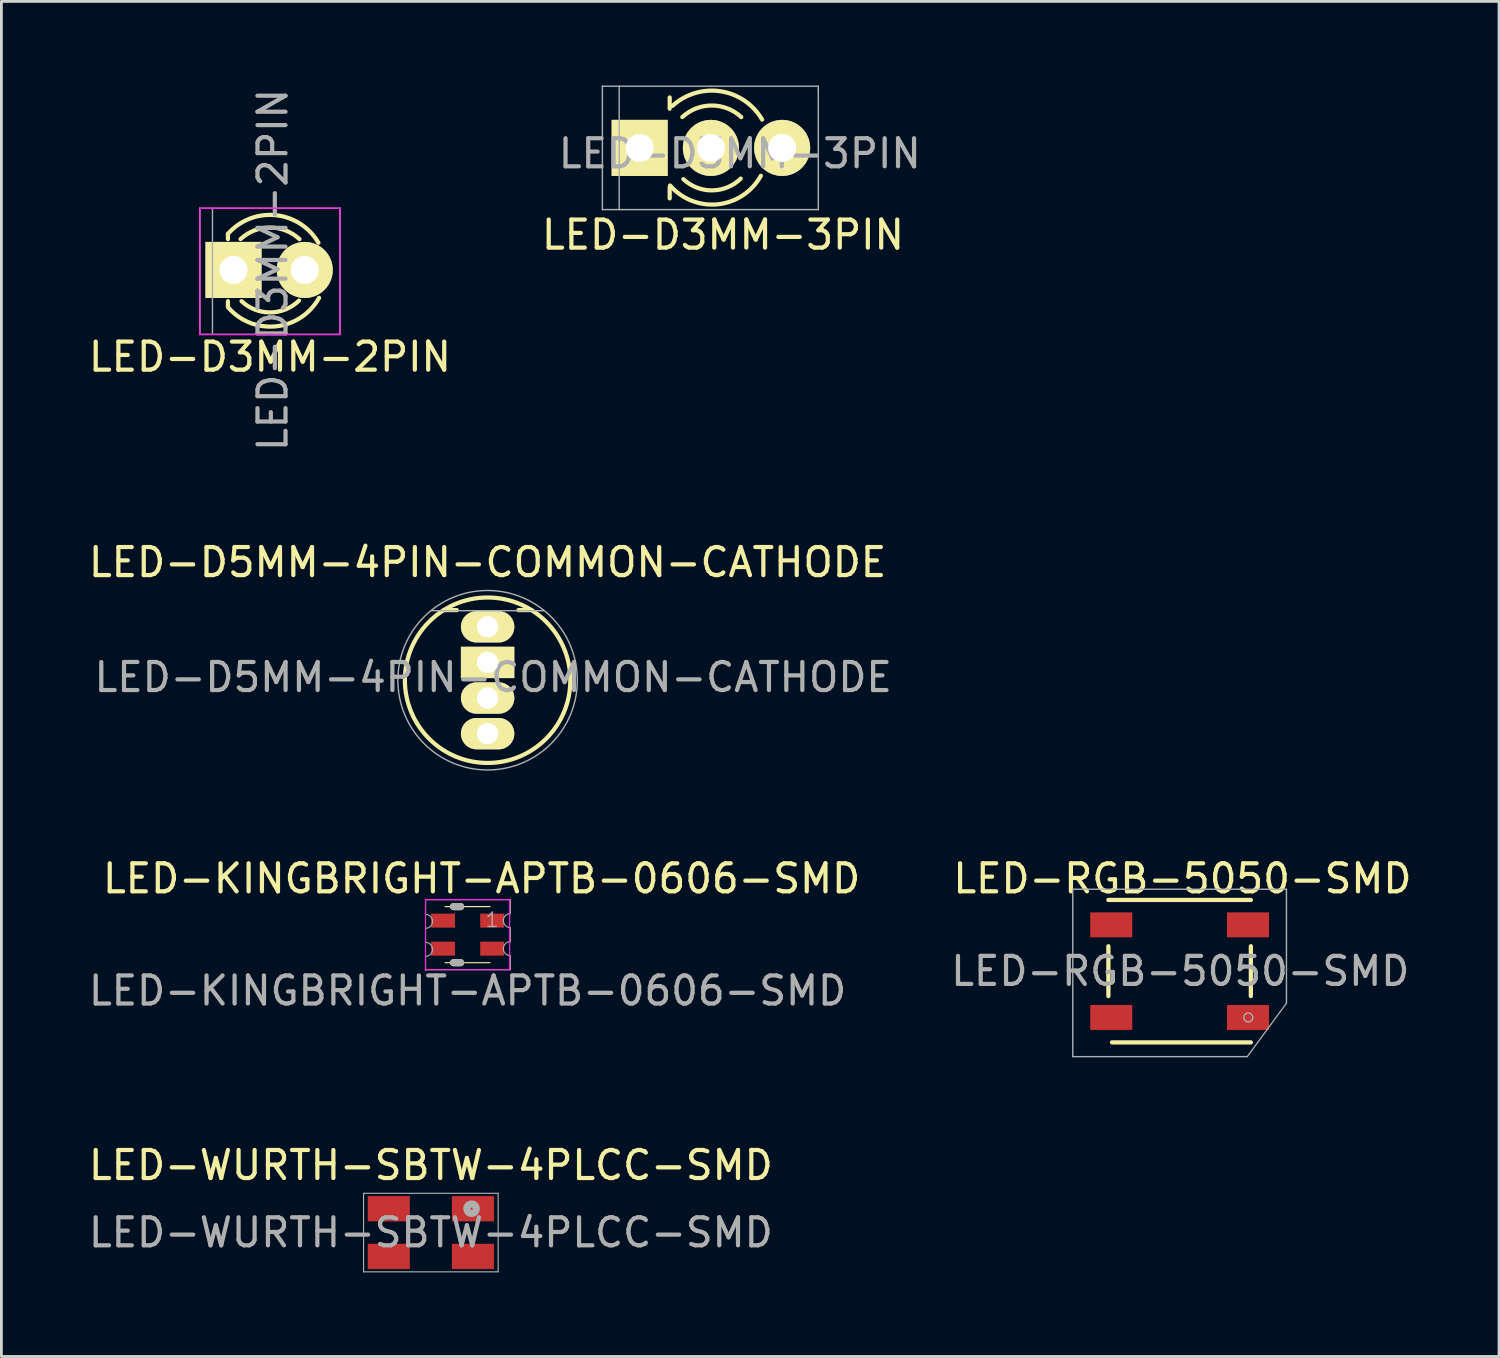
<source format=kicad_pcb>
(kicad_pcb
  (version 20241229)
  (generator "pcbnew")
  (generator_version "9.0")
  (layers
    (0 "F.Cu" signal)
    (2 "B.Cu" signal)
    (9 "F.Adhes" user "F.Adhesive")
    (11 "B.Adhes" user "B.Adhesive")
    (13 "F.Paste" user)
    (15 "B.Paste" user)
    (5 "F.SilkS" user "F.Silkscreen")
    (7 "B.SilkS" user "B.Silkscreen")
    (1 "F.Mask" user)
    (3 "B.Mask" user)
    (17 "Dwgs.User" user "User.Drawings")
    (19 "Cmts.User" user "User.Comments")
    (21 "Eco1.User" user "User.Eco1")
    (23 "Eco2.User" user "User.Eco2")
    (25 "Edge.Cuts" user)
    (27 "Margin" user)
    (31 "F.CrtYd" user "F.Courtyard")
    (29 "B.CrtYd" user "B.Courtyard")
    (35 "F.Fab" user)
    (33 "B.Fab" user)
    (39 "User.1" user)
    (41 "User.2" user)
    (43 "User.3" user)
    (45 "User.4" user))
  (footprint "LED-KINGBRIGHT-APTB-0606-SMD"
    (layer "F.Cu")
    (at 13.625 30.281)
    (property "Reference" "LED-KINGBRIGHT-APTB-0606-SMD" (at 0 2 180) (layer "F.Fab") (effects (font (size 1 1) (thickness 0.15))))
    (attr through_hole)
    (fp_line (start -0.8 -1) (end 0.8 -1) (stroke (width 0.041) (type solid)) (layer "F.SilkS"))
    (fp_line (start -0.8 1) (end 0.8 1) (stroke (width 0.041) (type solid)) (layer "F.SilkS"))
    (fp_line (start -0.5 -1) (end -0.25 -1) (stroke (width 0.254) (type solid)) (layer "F.SilkS"))
    (fp_line (start -0.5 1) (end -0.25 1) (stroke (width 0.254) (type solid)) (layer "F.SilkS"))
    (fp_line (start -1.5 -1.25) (end 1.5 -1.25) (stroke (width 0.041) (type solid)) (layer "F.CrtYd"))
    (fp_line (start -1.5 1.25) (end -1.5 -1.25) (stroke (width 0.041) (type solid)) (layer "F.CrtYd"))
    (fp_line (start 1.5 -1.25) (end 1.5 1.25) (stroke (width 0.041) (type solid)) (layer "F.CrtYd"))
    (fp_line (start 1.5 1.25) (end -1.5 1.25) (stroke (width 0.041) (type solid)) (layer "F.CrtYd"))
    (fp_line (start -1.5 -1.225) (end -1.5 -0.725) (stroke (width 0.041) (type solid)) (layer "F.Fab"))
    (fp_line (start -1.5 -0.225) (end -1.5 0.275) (stroke (width 0.041) (type solid)) (layer "F.Fab"))
    (fp_line (start -1.5 0.775) (end -1.5 1.275) (stroke (width 0.041) (type solid)) (layer "F.Fab"))
    (fp_line (start -1.5 1.25) (end 1.5 1.25) (stroke (width 0.041) (type solid)) (layer "F.Fab"))
    (fp_line (start -0.5 -1) (end -0.25 -1) (stroke (width 0.254) (type solid)) (layer "F.Fab"))
    (fp_line (start -0.5 1) (end -0.25 1) (stroke (width 0.254) (type solid)) (layer "F.Fab"))
    (fp_line (start 1.5 -1.25) (end -1.5 -1.25) (stroke (width 0.041) (type solid)) (layer "F.Fab"))
    (fp_line (start 1.525 -0.75) (end 1.525 -1.25) (stroke (width 0.041) (type solid)) (layer "F.Fab"))
    (fp_line (start 1.525 0.25) (end 1.525 -0.25) (stroke (width 0.041) (type solid)) (layer "F.Fab"))
    (fp_line (start 1.525 1.25) (end 1.525 0.75) (stroke (width 0.041) (type solid)) (layer "F.Fab"))
    (fp_arc (start -1.5 -0.725) (mid -1.25 -0.475) (end -1.5 -0.225) (stroke (width 0.04064) (type solid)) (layer "F.Fab"))
    (fp_arc (start -1.5 0.275) (mid -1.25 0.525) (end -1.5 0.775) (stroke (width 0.04064) (type solid)) (layer "F.Fab"))
    (fp_arc (start 1.525 -0.25) (mid 1.275 -0.5) (end 1.525 -0.75) (stroke (width 0.04064) (type solid)) (layer "F.Fab"))
    (fp_arc (start 1.525 0.75) (mid 1.275 0.5) (end 1.525 0.25) (stroke (width 0.04064) (type solid)) (layer "F.Fab"))
    (fp_text user "${REFERENCE}" (at 0.5 -2 0) (layer "F.SilkS") (effects (font (size 1 1) (thickness 0.15))))
    (fp_text user "1" (at 0.875 -0.525 0) (layer "F.Fab") (effects (font (size 0.508 0.508) (thickness 0.051))))
    (pad "1" smd rect (at 0.875 -0.5) (size 0.85 0.5) (layers "F.Cu" "F.Mask" "F.Paste"))
    (pad "2" smd rect (at -0.875 -0.5) (size 0.85 0.5) (layers "F.Cu" "F.Mask" "F.Paste"))
    (pad "3" smd rect (at 0.875 0.5) (size 0.85 0.5) (layers "F.Cu" "F.Mask" "F.Paste"))
    (pad "4" smd rect (at -0.875 0.5) (size 0.85 0.5) (layers "F.Cu" "F.Mask" "F.Paste")))
  (footprint "LED-D3MM-3PIN"
    (layer "F.Cu")
    (at 21.032 2.225)
    (property "Reference" "LED-D3MM-3PIN" (at 2.3 0.2 0) (layer "F.Fab") (effects (font (size 1 1) (thickness 0.15))))
    (attr through_hole)
    (fp_line (start -0.2 -1.8) (end -0.2 -1.4) (stroke (width 0.15) (type solid)) (layer "F.SilkS"))
    (fp_line (start -0.2 1.8) (end -0.2 1.4) (stroke (width 0.15) (type solid)) (layer "F.SilkS"))
    (fp_arc (start -0.1 -1.5) (mid 1.616001 -2.019468) (end 3.097391 -1.009521) (stroke (width 0.15) (type solid)) (layer "F.SilkS"))
    (fp_arc (start 0.25 -1.1) (mid 1.301686 -1.512142) (end 2.353005 -1.099067) (stroke (width 0.15) (type solid)) (layer "F.SilkS"))
    (fp_arc (start 2.335 1.094) (mid 1.31492 1.51473) (end 0.287111 1.113252) (stroke (width 0.15) (type solid)) (layer "F.SilkS"))
    (fp_arc (start 3.051 0.994) (mid 1.522637 2.009958) (end -0.18622 1.340726) (stroke (width 0.15) (type solid)) (layer "F.SilkS"))
    (fp_line (start -2.6 -2.2) (end -2.6 2.2) (stroke (width 0.051) (type solid)) (layer "F.Fab"))
    (fp_line (start -2.6 2.2) (end 5.1 2.2) (stroke (width 0.051) (type solid)) (layer "F.Fab"))
    (fp_line (start -2 -2.2) (end -2 2.2) (stroke (width 0.05) (type solid)) (layer "F.Fab"))
    (fp_line (start 1.3 -2.2) (end -2.6 -2.2) (stroke (width 0.051) (type solid)) (layer "F.Fab"))
    (fp_line (start 5.1 -2.2) (end 1.3 -2.2) (stroke (width 0.051) (type solid)) (layer "F.Fab"))
    (fp_line (start 5.1 -2.1) (end 5.1 -2.2) (stroke (width 0.051) (type solid)) (layer "F.Fab"))
    (fp_line (start 5.1 2.2) (end 5.1 -2.1) (stroke (width 0.051) (type solid)) (layer "F.Fab"))
    (fp_text user "${REFERENCE}" (at 1.7 3.1 0) (layer "F.SilkS") (effects (font (size 1 1) (thickness 0.15))))
    (pad "1" thru_hole rect (at -1.27 0 90) (size 2 2) (drill 1.001) (layers "*.Cu" "*.Mask" "F.SilkS"))
    (pad "2" thru_hole circle (at 1.27 0) (size 2 2) (drill 1.001) (layers "*.Cu" "*.Mask" "F.SilkS"))
    (pad "3" thru_hole circle (at 3.81 0) (size 2 2) (drill 1.001) (layers "*.Cu" "*.Mask" "F.SilkS")))
  (footprint "LED-D5MM-4PIN-COMMON-CATHODE"
    (layer "F.Cu")
    (at 14.339 19.303)
    (property "Reference" "LED-D5MM-4PIN-COMMON-CATHODE" (at 0.2 1.8 0) (layer "F.Fab") (effects (font (size 1 1) (thickness 0.15))))
    (attr through_hole)
    (fp_line (start -1.1 -0.595) (end -1.55 -0.595) (stroke (width 0.15) (type solid)) (layer "F.SilkS"))
    (fp_line (start 1.1 -0.595) (end 1.55 -0.595) (stroke (width 0.15) (type solid)) (layer "F.SilkS"))
    (fp_circle (center 0 1.905) (end 2.95 1.905) (stroke (width 0.15) (type solid)) (fill no) (layer "F.SilkS"))
    (fp_line (start -2 -0.575) (end 2 -0.575) (stroke (width 0.05) (type solid)) (layer "F.Fab"))
    (fp_circle (center 0 0) (end 0.15 0.175) (stroke (width 0.254) (type solid)) (fill no) (layer "F.Fab"))
    (fp_circle (center 0 1.905) (end 3.2 1.905) (stroke (width 0.05) (type solid)) (fill no) (layer "F.Fab"))
    (fp_text user "${REFERENCE}" (at 0 -2.3 0) (layer "F.SilkS") (effects (font (size 1 1) (thickness 0.15))))
    (pad "1" thru_hole oval (at 0 0) (size 1.905 1.118) (drill 0.762) (layers "*.Cu" "*.Mask" "F.SilkS"))
    (pad "2" thru_hole rect (at 0 1.27) (size 1.905 1.118) (drill 0.762) (layers "*.Cu" "*.Mask" "F.SilkS"))
    (pad "3" thru_hole oval (at 0 2.54) (size 1.905 1.118) (drill 0.762) (layers "*.Cu" "*.Mask" "F.SilkS"))
    (pad "4" thru_hole oval (at 0 3.81) (size 1.905 1.118) (drill 0.762) (layers "*.Cu" "*.Mask" "F.SilkS")))
  (footprint "LED-RGB-5050-SMD"
    (layer "F.Cu")
    (at 39.017 31.583)
    (property "Reference" "LED-RGB-5050-SMD" (at 0.025 0 0) (layer "F.Fab") (effects (font (size 1 1) (thickness 0.15))))
    (attr through_hole)
    (fp_line (start -2.54 -2.54) (end 2.54 -2.54) (stroke (width 0.152) (type solid)) (layer "F.SilkS"))
    (fp_line (start -2.54 -0.889) (end -2.54 0.889) (stroke (width 0.152) (type solid)) (layer "F.SilkS"))
    (fp_line (start 2.54 -0.889) (end 2.54 0.889) (stroke (width 0.152) (type solid)) (layer "F.SilkS"))
    (fp_line (start 2.54 2.54) (end -2.413 2.54) (stroke (width 0.152) (type solid)) (layer "F.SilkS"))
    (fp_line (start -3.81 -2.921) (end -3.81 3.048) (stroke (width 0.05) (type solid)) (layer "F.Fab"))
    (fp_line (start -3.81 3.048) (end 2.413 3.048) (stroke (width 0.05) (type solid)) (layer "F.Fab"))
    (fp_line (start 2.413 3.048) (end 3.81 1.143) (stroke (width 0.046) (type solid)) (layer "F.Fab"))
    (fp_line (start 3.81 -2.921) (end -3.81 -2.921) (stroke (width 0.05) (type solid)) (layer "F.Fab"))
    (fp_line (start 3.81 1.143) (end 3.81 -2.921) (stroke (width 0.05) (type solid)) (layer "F.Fab"))
    (fp_circle (center 2.45 1.65) (end 2.5 1.8) (stroke (width 0.05) (type solid)) (fill no) (layer "F.Fab"))
    (fp_text user "${REFERENCE}" (at 0.1 -3.302 0) (layer "F.SilkS") (effects (font (size 1 1) (thickness 0.15))))
    (pad "1" smd rect (at 2.438 1.651) (size 1.499 0.889) (layers "F.Cu" "F.Mask" "F.Paste"))
    (pad "2" smd rect (at 2.438 -1.651) (size 1.499 0.889) (layers "F.Cu" "F.Mask" "F.Paste"))
    (pad "3" smd rect (at -2.438 -1.651) (size 1.499 0.889) (layers "F.Cu" "F.Mask" "F.Paste"))
    (pad "4" smd rect (at -2.438 1.651) (size 1.499 0.889) (layers "F.Cu" "F.Mask" "F.Paste")))
  (footprint "LED-WURTH-SBTW-4PLCC-SMD"
    (layer "F.Cu")
    (at 12.315 40.905)
    (property "Reference" "LED-WURTH-SBTW-4PLCC-SMD" (at 0 0 0) (layer "F.Fab") (effects (font (size 1 1) (thickness 0.15))))
    (attr through_hole)
    (fp_line (start -2.4 -1.4) (end -2.4 1.4) (stroke (width 0.041) (type solid)) (layer "F.Fab"))
    (fp_line (start 2.4 -1.4) (end -2.4 -1.4) (stroke (width 0.041) (type solid)) (layer "F.Fab"))
    (fp_line (start 2.4 -1.4) (end 2.4 1.4) (stroke (width 0.041) (type solid)) (layer "F.Fab"))
    (fp_line (start 2.4 1.4) (end -2.4 1.4) (stroke (width 0.041) (type solid)) (layer "F.Fab"))
    (fp_circle (center 1.45 -0.85) (end 1.6 -0.775) (stroke (width 0.254) (type solid)) (fill no) (layer "F.Fab"))
    (fp_text user "${REFERENCE}" (at 0 -2.4 0) (layer "F.SilkS") (effects (font (size 1 1) (thickness 0.15))))
    (pad "1" smd rect (at 1.5 -0.85) (size 1.5 0.9) (layers "F.Cu" "F.Mask" "F.Paste"))
    (pad "2" smd rect (at 1.5 0.85) (size 1.5 0.9) (layers "F.Cu" "F.Mask" "F.Paste"))
    (pad "3" smd rect (at -1.5 -0.85) (size 1.5 0.9) (layers "F.Cu" "F.Mask" "F.Paste"))
    (pad "4" smd rect (at -1.5 0.85) (size 1.5 0.9) (layers "F.Cu" "F.Mask" "F.Paste")))
  (footprint "LED-D3MM-2PIN"
    (layer "F.Cu")
    (at 5.277 6.577)
    (property "Reference" "LED-D3MM-2PIN" (at 1.4 0 90) (layer "F.Fab") (effects (font (size 1 1) (thickness 0.15))))
    (attr through_hole)
    (fp_line (start -0.199 -1.28) (end -0.199 -1.1) (stroke (width 0.15) (type solid)) (layer "F.SilkS"))
    (fp_line (start -0.199 1.314) (end -0.199 1.114) (stroke (width 0.15) (type solid)) (layer "F.SilkS"))
    (fp_arc (start -0.199 -1.286) (mid 1.495903 -1.954571) (end 3.028744 -0.969643) (stroke (width 0.15) (type solid)) (layer "F.SilkS"))
    (fp_arc (start 0.25 -1.1) (mid 1.301686 -1.512142) (end 2.353005 -1.099067) (stroke (width 0.15) (type solid)) (layer "F.SilkS"))
    (fp_arc (start 2.335 1.094) (mid 1.31492 1.51473) (end 0.287111 1.113252) (stroke (width 0.15) (type solid)) (layer "F.SilkS"))
    (fp_arc (start 3.051 0.994) (mid 1.522637 2.009958) (end -0.18622 1.340726) (stroke (width 0.15) (type solid)) (layer "F.SilkS"))
    (fp_line (start -1.2 -2.2) (end -1.2 2.3) (stroke (width 0.05) (type solid)) (layer "F.CrtYd"))
    (fp_line (start -1.2 2.3) (end 3.8 2.3) (stroke (width 0.05) (type solid)) (layer "F.CrtYd"))
    (fp_line (start 3.8 -2.2) (end -1.2 -2.2) (stroke (width 0.05) (type solid)) (layer "F.CrtYd"))
    (fp_line (start 3.8 2.3) (end 3.8 -2.2) (stroke (width 0.05) (type solid)) (layer "F.CrtYd"))
    (fp_line (start -1.2 -2.2) (end -1.2 2.3) (stroke (width 0.051) (type solid)) (layer "F.Fab"))
    (fp_line (start -1.2 2.3) (end 3.8 2.3) (stroke (width 0.051) (type solid)) (layer "F.Fab"))
    (fp_line (start -0.75 -2.2) (end -0.75 2.3) (stroke (width 0.05) (type solid)) (layer "F.Fab"))
    (fp_line (start 3.8 -2.2) (end -1.2 -2.2) (stroke (width 0.051) (type solid)) (layer "F.Fab"))
    (fp_line (start 3.8 2.3) (end 3.8 -2.2) (stroke (width 0.051) (type solid)) (layer "F.Fab"))
    (fp_text user "${REFERENCE}" (at 1.3 3.1 0) (layer "F.SilkS") (effects (font (size 1 1) (thickness 0.15))))
    (pad "1" thru_hole rect (at 0 0 90) (size 2 2) (drill 1.001) (layers "*.Cu" "*.Mask" "F.SilkS"))
    (pad "2" thru_hole circle (at 2.54 0) (size 2 2) (drill 1.001) (layers "*.Cu" "*.Mask" "F.SilkS")))
  (gr_rect
    (start -3 -3)
    (end 50.408 45.325)
    (stroke (width 0.1) (type default))
    (fill no)
    (layer "Edge.Cuts")))
</source>
